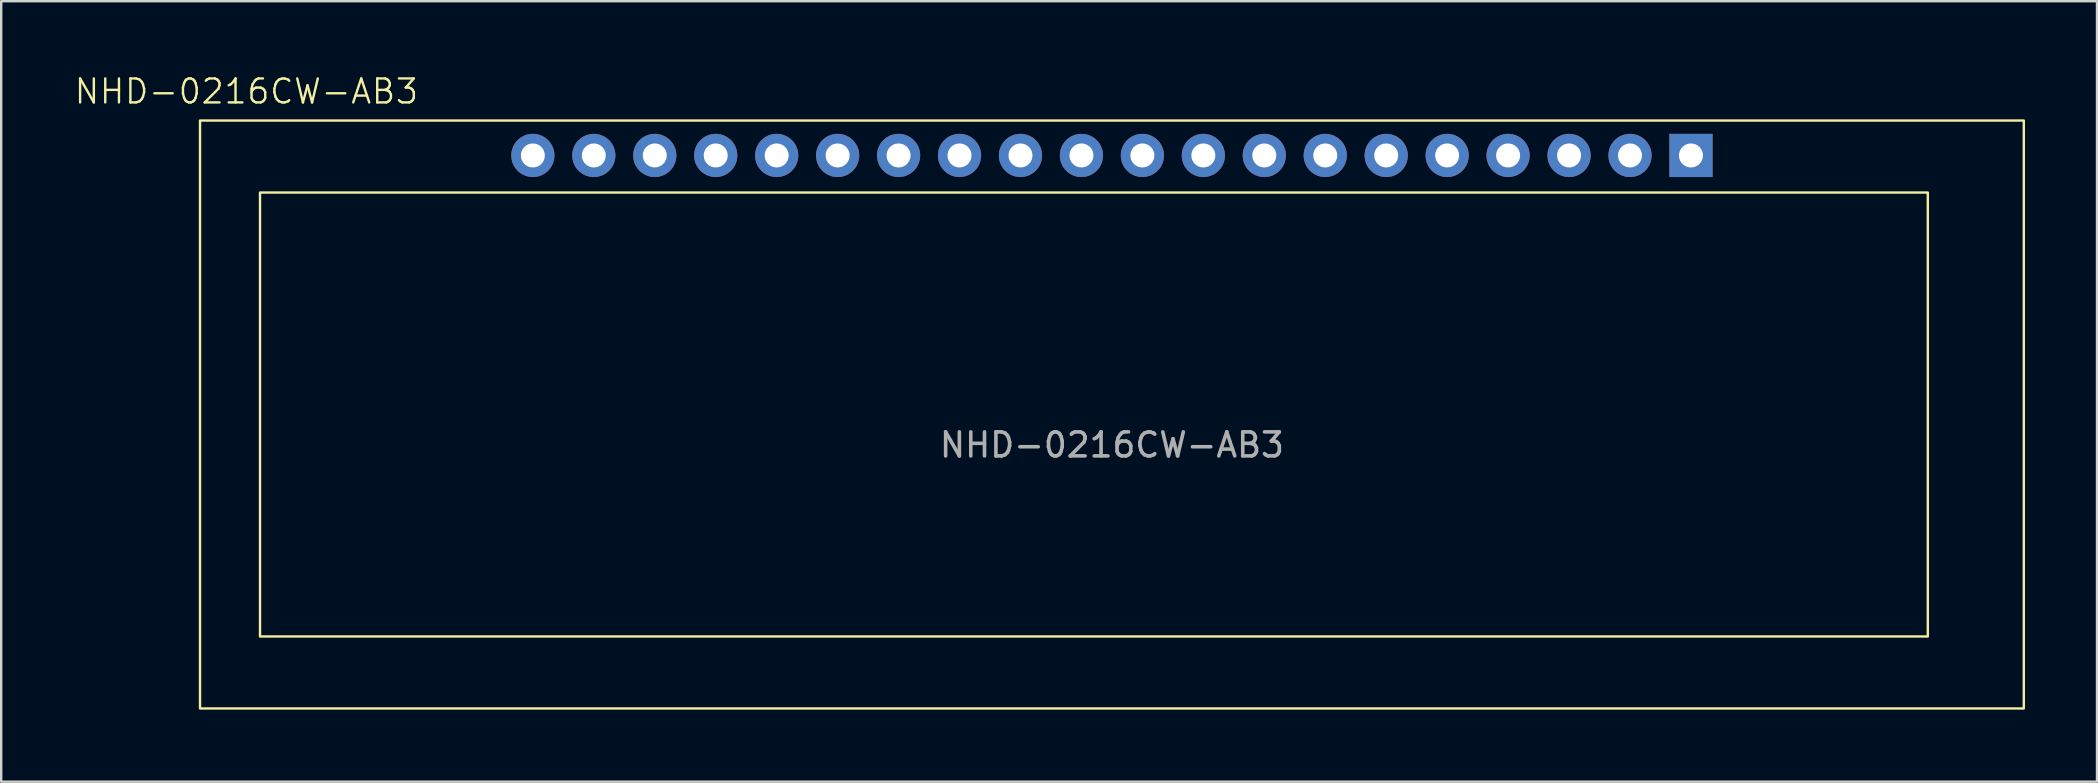
<source format=kicad_pcb>
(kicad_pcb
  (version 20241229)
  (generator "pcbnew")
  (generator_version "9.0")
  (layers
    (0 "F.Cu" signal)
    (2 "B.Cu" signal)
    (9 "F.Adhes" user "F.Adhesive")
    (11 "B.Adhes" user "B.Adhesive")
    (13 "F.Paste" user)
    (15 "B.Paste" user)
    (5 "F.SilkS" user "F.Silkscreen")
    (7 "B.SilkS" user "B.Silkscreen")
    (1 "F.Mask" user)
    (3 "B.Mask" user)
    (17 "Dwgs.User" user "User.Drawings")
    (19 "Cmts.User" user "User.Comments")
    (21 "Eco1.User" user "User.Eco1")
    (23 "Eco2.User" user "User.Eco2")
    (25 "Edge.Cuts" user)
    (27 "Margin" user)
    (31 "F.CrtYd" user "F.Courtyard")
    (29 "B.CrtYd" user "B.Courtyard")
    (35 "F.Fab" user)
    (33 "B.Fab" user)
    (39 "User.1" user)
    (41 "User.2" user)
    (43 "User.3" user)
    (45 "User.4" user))
  (footprint "NHD-0216CW-AB3"
    (layer "F.Cu")
    (at 43.285 14.223)
    (property "Reference" "NHD-0216CW-AB3" (at -36.068 -13.462 0) (unlocked yes) (layer "F.SilkS") (effects (font (size 1 1) (thickness 0.1))))
    (attr through_hole)
    (fp_rect (start -38 -12.25) (end 38 12.25) (stroke (width 0.1) (type default)) (fill no) (layer "F.SilkS"))
    (fp_rect (start -35.5 -9.25) (end 34 9.25) (stroke (width 0.1) (type default)) (fill no) (layer "F.SilkS"))
    (fp_text user "${REFERENCE}" (at 0 1.27 0) (unlocked yes) (layer "F.Fab") (effects (font (size 1 1) (thickness 0.15))))
    (pad "1" thru_hole rect (at 24.13 -10.795) (size 1.8 1.8) (drill 1) (layers "*.Cu" "*.Mask"))
    (pad "2" thru_hole circle (at 21.59 -10.795) (size 1.8 1.8) (drill 1) (layers "*.Cu" "*.Mask"))
    (pad "3" thru_hole circle (at 19.05 -10.795) (size 1.8 1.8) (drill 1) (layers "*.Cu" "*.Mask"))
    (pad "4" thru_hole circle (at 16.51 -10.795) (size 1.8 1.8) (drill 1) (layers "*.Cu" "*.Mask"))
    (pad "5" thru_hole circle (at 13.97 -10.795) (size 1.8 1.8) (drill 1) (layers "*.Cu" "*.Mask"))
    (pad "6" thru_hole circle (at 11.43 -10.795) (size 1.8 1.8) (drill 1) (layers "*.Cu" "*.Mask"))
    (pad "7" thru_hole circle (at 8.89 -10.795) (size 1.8 1.8) (drill 1) (layers "*.Cu" "*.Mask"))
    (pad "8" thru_hole circle (at 6.35 -10.795) (size 1.8 1.8) (drill 1) (layers "*.Cu" "*.Mask"))
    (pad "9" thru_hole circle (at 3.81 -10.795) (size 1.8 1.8) (drill 1) (layers "*.Cu" "*.Mask"))
    (pad "10" thru_hole circle (at 1.27 -10.795) (size 1.8 1.8) (drill 1) (layers "*.Cu" "*.Mask"))
    (pad "11" thru_hole circle (at -1.27 -10.795) (size 1.8 1.8) (drill 1) (layers "*.Cu" "*.Mask"))
    (pad "12" thru_hole circle (at -3.81 -10.795) (size 1.8 1.8) (drill 1) (layers "*.Cu" "*.Mask"))
    (pad "13" thru_hole circle (at -6.35 -10.795) (size 1.8 1.8) (drill 1) (layers "*.Cu" "*.Mask"))
    (pad "14" thru_hole circle (at -8.89 -10.795) (size 1.8 1.8) (drill 1) (layers "*.Cu" "*.Mask"))
    (pad "15" thru_hole circle (at -11.43 -10.795) (size 1.8 1.8) (drill 1) (layers "*.Cu" "*.Mask"))
    (pad "16" thru_hole circle (at -13.97 -10.795) (size 1.8 1.8) (drill 1) (layers "*.Cu" "*.Mask"))
    (pad "17" thru_hole circle (at -16.51 -10.795) (size 1.8 1.8) (drill 1) (layers "*.Cu" "*.Mask"))
    (pad "18" thru_hole circle (at -19.05 -10.795) (size 1.8 1.8) (drill 1) (layers "*.Cu" "*.Mask"))
    (pad "19" thru_hole circle (at -21.59 -10.795) (size 1.8 1.8) (drill 1) (layers "*.Cu" "*.Mask"))
    (pad "20" thru_hole circle (at -24.13 -10.795) (size 1.8 1.8) (drill 1) (layers "*.Cu" "*.Mask")))
  (gr_rect
    (start -3 -3)
    (end 84.335 29.523)
    (stroke (width 0.1) (type default))
    (fill no)
    (layer "Edge.Cuts")))
</source>
